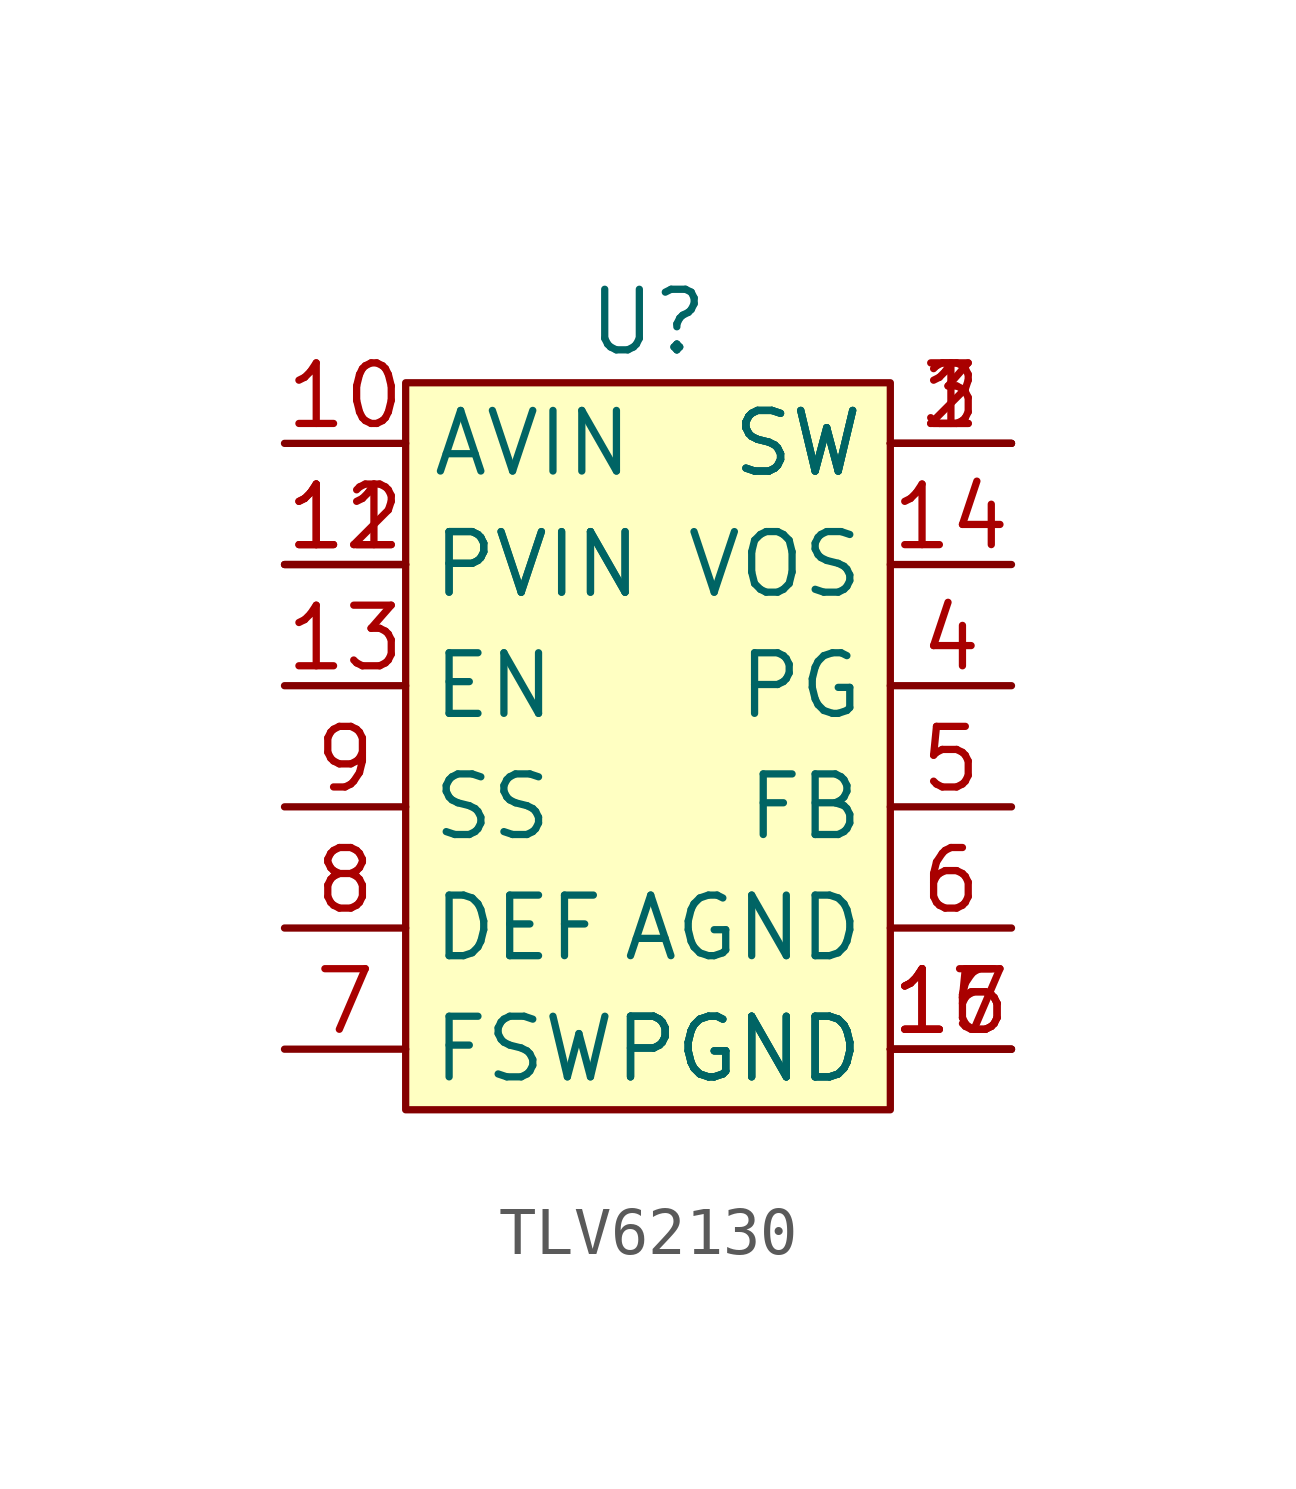
<source format=kicad_sym>
(kicad_symbol_lib
  (version 20220914)
  (generator kicad_symbol_editor)
  (symbol "TLV62130"
    (property "Reference" "U"
      (at 0 0 0)
      (effects (font (size 1.27 1.27))))
    (property "Value" ""
      (at 0 0 0)
      (effects (font (size 1.27 1.27))))
    (symbol "TLV62130_1_1"
      (rectangle (start -5.08 -1.27) (end 5.08 -16.51) (stroke (width 0) (type default)) (fill (type background)))
      (pin output line (at 7.62 -2.54 180) (length 2.54) (name "SW" (effects (font (size 1.27 1.27)))) (number "1" (effects (font (size 1.27 1.27)))))
      (pin input line (at -7.62 -2.54 0) (length 2.54) (name "AVIN" (effects (font (size 1.27 1.27)))) (number "10" (effects (font (size 1.27 1.27)))))
      (pin input line (at -7.62 -5.08 0) (length 2.54) (name "PVIN" (effects (font (size 1.27 1.27)))) (number "11" (effects (font (size 1.27 1.27)))))
      (pin input line (at -7.62 -5.08 0) (length 2.54) (name "PVIN" (effects (font (size 1.27 1.27)))) (number "12" (effects (font (size 1.27 1.27)))))
      (pin input line (at -7.62 -7.62 0) (length 2.54) (name "EN" (effects (font (size 1.27 1.27)))) (number "13" (effects (font (size 1.27 1.27)))))
      (pin input line (at 7.62 -5.08 180) (length 2.54) (name "VOS" (effects (font (size 1.27 1.27)))) (number "14" (effects (font (size 1.27 1.27)))))
      (pin passive line (at 7.62 -15.24 180) (length 2.54) (name "PGND" (effects (font (size 1.27 1.27)))) (number "15" (effects (font (size 1.27 1.27)))))
      (pin passive line (at 7.62 -15.24 180) (length 2.54) (name "PGND" (effects (font (size 1.27 1.27)))) (number "16" (effects (font (size 1.27 1.27)))))
      (pin passive line (at 7.62 -15.24 180) (length 2.54) (name "PGND" (effects (font (size 1.27 1.27)))) (number "17" (effects (font (size 1.27 1.27)))))
      (pin output line (at 7.62 -2.54 180) (length 2.54) (name "SW" (effects (font (size 1.27 1.27)))) (number "2" (effects (font (size 1.27 1.27)))))
      (pin output line (at 7.62 -2.54 180) (length 2.54) (name "SW" (effects (font (size 1.27 1.27)))) (number "3" (effects (font (size 1.27 1.27)))))
      (pin output line (at 7.62 -7.62 180) (length 2.54) (name "PG" (effects (font (size 1.27 1.27)))) (number "4" (effects (font (size 1.27 1.27)))))
      (pin input line (at 7.62 -10.16 180) (length 2.54) (name "FB" (effects (font (size 1.27 1.27)))) (number "5" (effects (font (size 1.27 1.27)))))
      (pin passive line (at 7.62 -12.7 180) (length 2.54) (name "AGND" (effects (font (size 1.27 1.27)))) (number "6" (effects (font (size 1.27 1.27)))))
      (pin input line (at -7.62 -15.24 0) (length 2.54) (name "FSW" (effects (font (size 1.27 1.27)))) (number "7" (effects (font (size 1.27 1.27)))))
      (pin input line (at -7.62 -12.7 0) (length 2.54) (name "DEF" (effects (font (size 1.27 1.27)))) (number "8" (effects (font (size 1.27 1.27)))))
      (pin input line (at -7.62 -10.16 0) (length 2.54) (name "SS" (effects (font (size 1.27 1.27)))) (number "9" (effects (font (size 1.27 1.27))))))))
</source>
